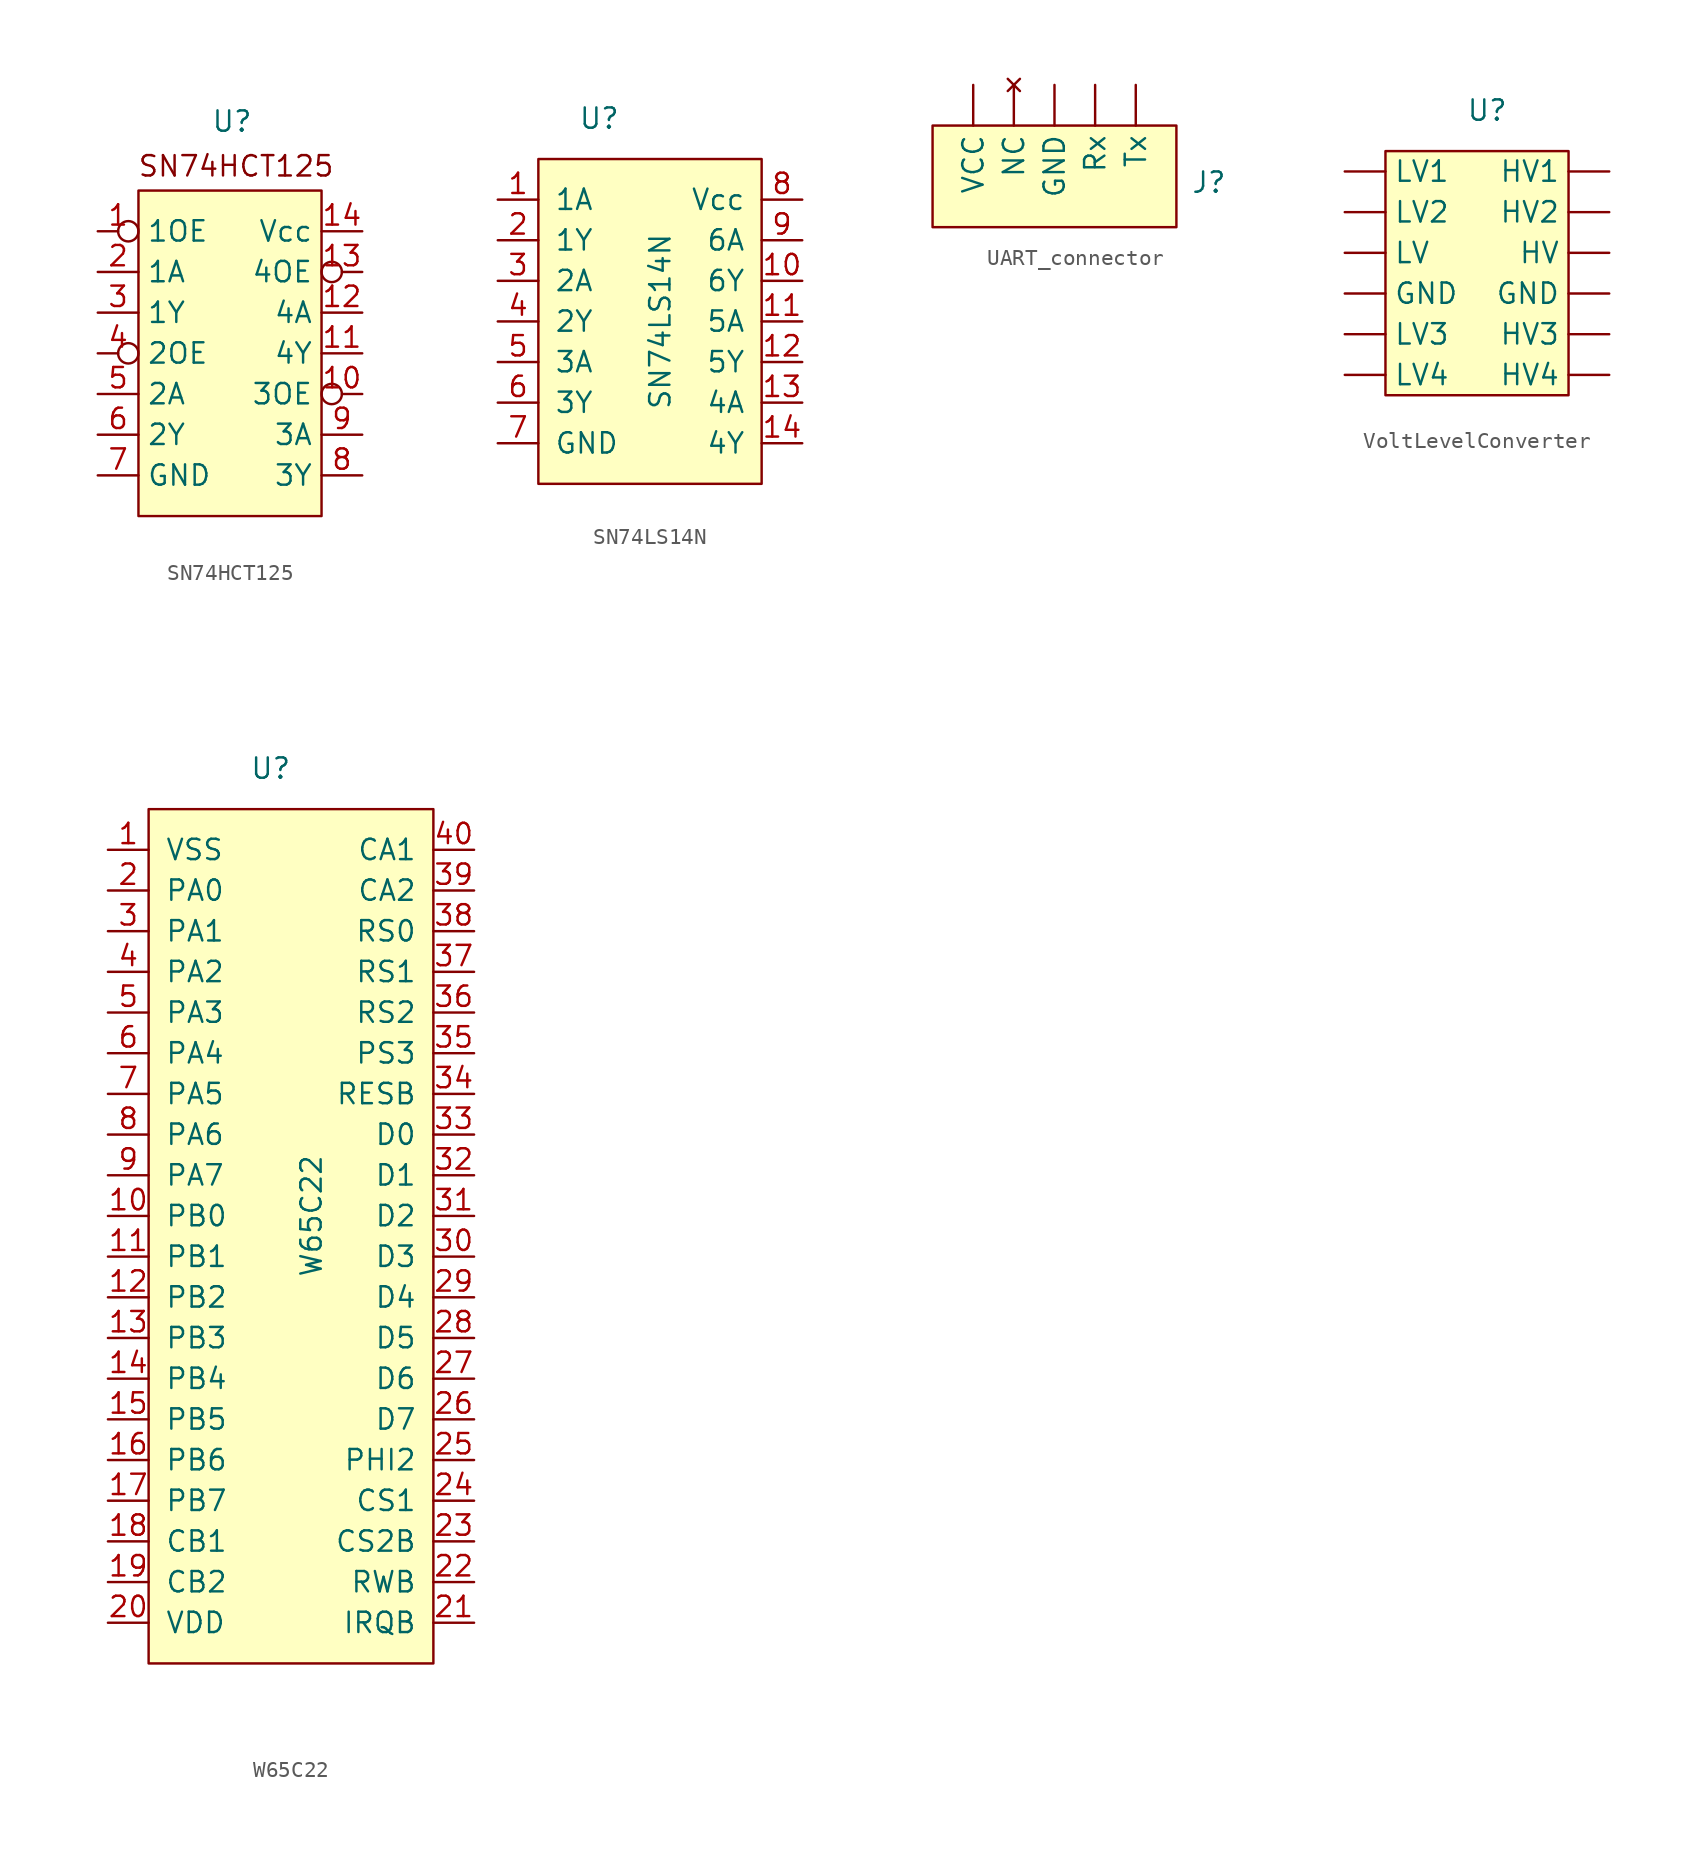
<source format=kicad_sym>
(kicad_symbol_lib
  (version 20241209)
  (generator "kicad_symbol_editor")
  (generator_version "9.0")
  (symbol "SN74HCT125"
    (property "Reference" "U"
      (at -0.508 14.478 0)
      (effects (font (size 1.27 1.27))))
    (property "Value" ""
      (at -1.27 11.43 0)
      (effects (font (size 1.27 1.27))))
    (symbol "SN74HCT125_0_1"
      (rectangle (start -6.35 10.16) (end 5.08 -10.16) (stroke (width 0) (type default)) (fill (type background))))
    (symbol "SN74HCT125_1_1"
      (text "SN74HCT125" (at -0.254 11.684 0) (effects (font (size 1.27 1.27))))
      (pin input inverted (at -8.89 7.62 0) (length 2.54) (name "1OE" (effects (font (size 1.27 1.27)))) (number "1" (effects (font (size 1.27 1.27)))))
      (pin input line (at -8.89 5.08 0) (length 2.54) (name "1A" (effects (font (size 1.27 1.27)))) (number "2" (effects (font (size 1.27 1.27)))))
      (pin tri_state line (at -8.89 2.54 0) (length 2.54) (name "1Y" (effects (font (size 1.27 1.27)))) (number "3" (effects (font (size 1.27 1.27)))))
      (pin input inverted (at -8.89 0 0) (length 2.54) (name "2OE" (effects (font (size 1.27 1.27)))) (number "4" (effects (font (size 1.27 1.27)))))
      (pin input line (at -8.89 -2.54 0) (length 2.54) (name "2A" (effects (font (size 1.27 1.27)))) (number "5" (effects (font (size 1.27 1.27)))))
      (pin tri_state line (at -8.89 -5.08 0) (length 2.54) (name "2Y" (effects (font (size 1.27 1.27)))) (number "6" (effects (font (size 1.27 1.27)))))
      (pin power_in line (at -8.89 -7.62 0) (length 2.54) (name "GND" (effects (font (size 1.27 1.27)))) (number "7" (effects (font (size 1.27 1.27)))))
      (pin power_in line (at 7.62 7.62 180) (length 2.54) (name "Vcc" (effects (font (size 1.27 1.27)))) (number "14" (effects (font (size 1.27 1.27)))))
      (pin input inverted (at 7.62 5.08 180) (length 2.54) (name "4OE" (effects (font (size 1.27 1.27)))) (number "13" (effects (font (size 1.27 1.27)))))
      (pin input line (at 7.62 2.54 180) (length 2.54) (name "4A" (effects (font (size 1.27 1.27)))) (number "12" (effects (font (size 1.27 1.27)))))
      (pin tri_state line (at 7.62 0 180) (length 2.54) (name "4Y" (effects (font (size 1.27 1.27)))) (number "11" (effects (font (size 1.27 1.27)))))
      (pin input inverted (at 7.62 -2.54 180) (length 2.54) (name "3OE" (effects (font (size 1.27 1.27)))) (number "10" (effects (font (size 1.27 1.27)))))
      (pin input line (at 7.62 -5.08 180) (length 2.54) (name "3A" (effects (font (size 1.27 1.27)))) (number "9" (effects (font (size 1.27 1.27)))))
      (pin tri_state line (at 7.62 -7.62 180) (length 2.54) (name "3Y" (effects (font (size 1.27 1.27)))) (number "8" (effects (font (size 1.27 1.27)))))))
  (symbol "SN74LS14N"
    (pin_names
      (offset 0.991))
    (property "Reference" "U"
      (at -3.81 12.7 0)
      (effects (font (size 1.27 1.27))))
    (property "Value" "SN74LS14N"
      (at 0 0 90)
      (effects (font (size 1.27 1.27))))
    (symbol "SN74LS14N_0_1"
      (rectangle (start 6.35 -10.16) (end -7.62 10.16) (stroke (width 0) (type solid)) (fill (type background))))
    (symbol "SN74LS14N_1_1"
      (pin input line (at -10.16 7.62 0) (length 2.54) (name "1A" (effects (font (size 1.27 1.27)))) (number "1" (effects (font (size 1.27 1.27)))))
      (pin output line (at -10.16 5.08 0) (length 2.54) (name "1Y" (effects (font (size 1.27 1.27)))) (number "2" (effects (font (size 1.27 1.27)))))
      (pin input line (at -10.16 2.54 0) (length 2.54) (name "2A" (effects (font (size 1.27 1.27)))) (number "3" (effects (font (size 1.27 1.27)))))
      (pin output line (at -10.16 0 0) (length 2.54) (name "2Y" (effects (font (size 1.27 1.27)))) (number "4" (effects (font (size 1.27 1.27)))))
      (pin input line (at -10.16 -2.54 0) (length 2.54) (name "3A" (effects (font (size 1.27 1.27)))) (number "5" (effects (font (size 1.27 1.27)))))
      (pin output line (at -10.16 -5.08 0) (length 2.54) (name "3Y" (effects (font (size 1.27 1.27)))) (number "6" (effects (font (size 1.27 1.27)))))
      (pin power_in line (at -10.16 -7.62 0) (length 2.54) (name "GND" (effects (font (size 1.27 1.27)))) (number "7" (effects (font (size 1.27 1.27)))))
      (pin power_in line (at 8.89 7.62 180) (length 2.54) (name "Vcc" (effects (font (size 1.27 1.27)))) (number "8" (effects (font (size 1.27 1.27)))))
      (pin input line (at 8.89 5.08 180) (length 2.54) (name "6A" (effects (font (size 1.27 1.27)))) (number "9" (effects (font (size 1.27 1.27)))))
      (pin output line (at 8.89 2.54 180) (length 2.54) (name "6Y" (effects (font (size 1.27 1.27)))) (number "10" (effects (font (size 1.27 1.27)))))
      (pin input line (at 8.89 0 180) (length 2.54) (name "5A" (effects (font (size 1.27 1.27)))) (number "11" (effects (font (size 1.27 1.27)))))
      (pin output line (at 8.89 -2.54 180) (length 2.54) (name "5Y" (effects (font (size 1.27 1.27)))) (number "12" (effects (font (size 1.27 1.27)))))
      (pin input line (at 8.89 -5.08 180) (length 2.54) (name "4A" (effects (font (size 1.27 1.27)))) (number "13" (effects (font (size 1.27 1.27)))))
      (pin output line (at 8.89 -7.62 180) (length 2.54) (name "4Y" (effects (font (size 1.27 1.27)))) (number "14" (effects (font (size 1.27 1.27)))))))
  (symbol "UART_connector"
    (property "Reference" "J"
      (at 5.842 -1.016 0)
      (effects (font (size 1.27 1.27))))
    (property "Value" ""
      (at 0 0 0)
      (effects (font (size 1.27 1.27))))
    (symbol "UART_connector_1_1"
      (rectangle (start -11.43 2.54) (end 3.81 -3.81) (stroke (width 0) (type default)) (fill (type background)))
      (pin power_in line (at -8.89 5.08 270) (length 2.54) (name "VCC" (effects (font (size 1.27 1.27)))) (number "" (effects (font (size 1.27 1.27)))))
      (pin no_connect line (at -6.35 5.08 270) (length 2.54) (name "NC" (effects (font (size 1.27 1.27)))) (number "" (effects (font (size 1.27 1.27)))))
      (pin power_in line (at -3.81 5.08 270) (length 2.54) (name "GND" (effects (font (size 1.27 1.27)))) (number "" (effects (font (size 1.27 1.27)))))
      (pin bidirectional line (at -1.27 5.08 270) (length 2.54) (name "Rx" (effects (font (size 1.27 1.27)))) (number "" (effects (font (size 1.27 1.27)))))
      (pin bidirectional line (at 1.27 5.08 270) (length 2.54) (name "Tx" (effects (font (size 1.27 1.27)))) (number "" (effects (font (size 1.27 1.27)))))))
  (symbol "VoltLevelConverter"
    (property "Reference" "U"
      (at 0 0 0)
      (effects (font (size 1.27 1.27))))
    (property "Value" ""
      (at 0 0 0)
      (effects (font (size 1.27 1.27))))
    (symbol "VoltLevelConverter_1_1"
      (rectangle (start -6.35 -2.54) (end 5.08 -17.78) (stroke (width 0) (type default)) (fill (type background)))
      (pin bidirectional line (at -8.89 -3.81 0) (length 2.54) (name "LV1" (effects (font (size 1.27 1.27)))) (number "" (effects (font (size 1.27 1.27)))))
      (pin bidirectional line (at -8.89 -6.35 0) (length 2.54) (name "LV2" (effects (font (size 1.27 1.27)))) (number "" (effects (font (size 1.27 1.27)))))
      (pin power_in line (at -8.89 -8.89 0) (length 2.54) (name "LV" (effects (font (size 1.27 1.27)))) (number "" (effects (font (size 1.27 1.27)))))
      (pin power_in line (at -8.89 -11.43 0) (length 2.54) (name "GND" (effects (font (size 1.27 1.27)))) (number "" (effects (font (size 1.27 1.27)))))
      (pin bidirectional line (at -8.89 -13.97 0) (length 2.54) (name "LV3" (effects (font (size 1.27 1.27)))) (number "" (effects (font (size 1.27 1.27)))))
      (pin bidirectional line (at -8.89 -16.51 0) (length 2.54) (name "LV4" (effects (font (size 1.27 1.27)))) (number "" (effects (font (size 1.27 1.27)))))
      (pin bidirectional line (at 7.62 -3.81 180) (length 2.54) (name "HV1" (effects (font (size 1.27 1.27)))) (number "" (effects (font (size 1.27 1.27)))))
      (pin bidirectional line (at 7.62 -6.35 180) (length 2.54) (name "HV2" (effects (font (size 1.27 1.27)))) (number "" (effects (font (size 1.27 1.27)))))
      (pin power_in line (at 7.62 -8.89 180) (length 2.54) (name "HV" (effects (font (size 1.27 1.27)))) (number "" (effects (font (size 1.27 1.27)))))
      (pin power_in line (at 7.62 -11.43 180) (length 2.54) (name "GND" (effects (font (size 1.27 1.27)))) (number "" (effects (font (size 1.27 1.27)))))
      (pin bidirectional line (at 7.62 -13.97 180) (length 2.54) (name "HV3" (effects (font (size 1.27 1.27)))) (number "" (effects (font (size 1.27 1.27)))))
      (pin bidirectional line (at 7.62 -16.51 180) (length 2.54) (name "HV4" (effects (font (size 1.27 1.27)))) (number "" (effects (font (size 1.27 1.27)))))))
  (symbol "W65C22"
    (pin_names
      (offset 1.016))
    (property "Reference" "U"
      (at -2.54 26.67 0)
      (effects (font (size 1.27 1.27))))
    (property "Value" "W65C22"
      (at 0 -1.27 90)
      (effects (font (size 1.27 1.27))))
    (symbol "W65C22_0_1"
      (rectangle (start -10.16 24.13) (end 7.62 -29.21) (stroke (width 0) (type solid)) (fill (type background))))
    (symbol "W65C22_1_1"
      (pin power_in line (at -12.7 21.59 0) (length 2.54) (name "VSS" (effects (font (size 1.27 1.27)))) (number "1" (effects (font (size 1.27 1.27)))))
      (pin bidirectional line (at -12.7 19.05 0) (length 2.54) (name "PA0" (effects (font (size 1.27 1.27)))) (number "2" (effects (font (size 1.27 1.27)))))
      (pin bidirectional line (at -12.7 16.51 0) (length 2.54) (name "PA1" (effects (font (size 1.27 1.27)))) (number "3" (effects (font (size 1.27 1.27)))))
      (pin bidirectional line (at -12.7 13.97 0) (length 2.54) (name "PA2" (effects (font (size 1.27 1.27)))) (number "4" (effects (font (size 1.27 1.27)))))
      (pin bidirectional line (at -12.7 11.43 0) (length 2.54) (name "PA3" (effects (font (size 1.27 1.27)))) (number "5" (effects (font (size 1.27 1.27)))))
      (pin bidirectional line (at -12.7 8.89 0) (length 2.54) (name "PA4" (effects (font (size 1.27 1.27)))) (number "6" (effects (font (size 1.27 1.27)))))
      (pin bidirectional line (at -12.7 6.35 0) (length 2.54) (name "PA5" (effects (font (size 1.27 1.27)))) (number "7" (effects (font (size 1.27 1.27)))))
      (pin bidirectional line (at -12.7 3.81 0) (length 2.54) (name "PA6" (effects (font (size 1.27 1.27)))) (number "8" (effects (font (size 1.27 1.27)))))
      (pin bidirectional line (at -12.7 1.27 0) (length 2.54) (name "PA7" (effects (font (size 1.27 1.27)))) (number "9" (effects (font (size 1.27 1.27)))))
      (pin bidirectional line (at -12.7 -1.27 0) (length 2.54) (name "PB0" (effects (font (size 1.27 1.27)))) (number "10" (effects (font (size 1.27 1.27)))))
      (pin bidirectional line (at -12.7 -3.81 0) (length 2.54) (name "PB1" (effects (font (size 1.27 1.27)))) (number "11" (effects (font (size 1.27 1.27)))))
      (pin bidirectional line (at -12.7 -6.35 0) (length 2.54) (name "PB2" (effects (font (size 1.27 1.27)))) (number "12" (effects (font (size 1.27 1.27)))))
      (pin bidirectional line (at -12.7 -8.89 0) (length 2.54) (name "PB3" (effects (font (size 1.27 1.27)))) (number "13" (effects (font (size 1.27 1.27)))))
      (pin bidirectional line (at -12.7 -11.43 0) (length 2.54) (name "PB4" (effects (font (size 1.27 1.27)))) (number "14" (effects (font (size 1.27 1.27)))))
      (pin bidirectional line (at -12.7 -13.97 0) (length 2.54) (name "PB5" (effects (font (size 1.27 1.27)))) (number "15" (effects (font (size 1.27 1.27)))))
      (pin bidirectional line (at -12.7 -16.51 0) (length 2.54) (name "PB6" (effects (font (size 1.27 1.27)))) (number "16" (effects (font (size 1.27 1.27)))))
      (pin bidirectional line (at -12.7 -19.05 0) (length 2.54) (name "PB7" (effects (font (size 1.27 1.27)))) (number "17" (effects (font (size 1.27 1.27)))))
      (pin bidirectional line (at -12.7 -21.59 0) (length 2.54) (name "CB1" (effects (font (size 1.27 1.27)))) (number "18" (effects (font (size 1.27 1.27)))))
      (pin bidirectional line (at -12.7 -24.13 0) (length 2.54) (name "CB2" (effects (font (size 1.27 1.27)))) (number "19" (effects (font (size 1.27 1.27)))))
      (pin power_in line (at -12.7 -26.67 0) (length 2.54) (name "VDD" (effects (font (size 1.27 1.27)))) (number "20" (effects (font (size 1.27 1.27)))))
      (pin bidirectional line (at 10.16 21.59 180) (length 2.54) (name "CA1" (effects (font (size 1.27 1.27)))) (number "40" (effects (font (size 1.27 1.27)))))
      (pin bidirectional line (at 10.16 19.05 180) (length 2.54) (name "CA2" (effects (font (size 1.27 1.27)))) (number "39" (effects (font (size 1.27 1.27)))))
      (pin input line (at 10.16 16.51 180) (length 2.54) (name "RS0" (effects (font (size 1.27 1.27)))) (number "38" (effects (font (size 1.27 1.27)))))
      (pin input line (at 10.16 13.97 180) (length 2.54) (name "RS1" (effects (font (size 1.27 1.27)))) (number "37" (effects (font (size 1.27 1.27)))))
      (pin input line (at 10.16 11.43 180) (length 2.54) (name "RS2" (effects (font (size 1.27 1.27)))) (number "36" (effects (font (size 1.27 1.27)))))
      (pin input line (at 10.16 8.89 180) (length 2.54) (name "PS3" (effects (font (size 1.27 1.27)))) (number "35" (effects (font (size 1.27 1.27)))))
      (pin input line (at 10.16 6.35 180) (length 2.54) (name "RESB" (effects (font (size 1.27 1.27)))) (number "34" (effects (font (size 1.27 1.27)))))
      (pin bidirectional line (at 10.16 3.81 180) (length 2.54) (name "D0" (effects (font (size 1.27 1.27)))) (number "33" (effects (font (size 1.27 1.27)))))
      (pin bidirectional line (at 10.16 1.27 180) (length 2.54) (name "D1" (effects (font (size 1.27 1.27)))) (number "32" (effects (font (size 1.27 1.27)))))
      (pin bidirectional line (at 10.16 -1.27 180) (length 2.54) (name "D2" (effects (font (size 1.27 1.27)))) (number "31" (effects (font (size 1.27 1.27)))))
      (pin bidirectional line (at 10.16 -3.81 180) (length 2.54) (name "D3" (effects (font (size 1.27 1.27)))) (number "30" (effects (font (size 1.27 1.27)))))
      (pin bidirectional line (at 10.16 -6.35 180) (length 2.54) (name "D4" (effects (font (size 1.27 1.27)))) (number "29" (effects (font (size 1.27 1.27)))))
      (pin bidirectional line (at 10.16 -8.89 180) (length 2.54) (name "D5" (effects (font (size 1.27 1.27)))) (number "28" (effects (font (size 1.27 1.27)))))
      (pin bidirectional line (at 10.16 -11.43 180) (length 2.54) (name "D6" (effects (font (size 1.27 1.27)))) (number "27" (effects (font (size 1.27 1.27)))))
      (pin bidirectional line (at 10.16 -13.97 180) (length 2.54) (name "D7" (effects (font (size 1.27 1.27)))) (number "26" (effects (font (size 1.27 1.27)))))
      (pin bidirectional line (at 10.16 -16.51 180) (length 2.54) (name "PHI2" (effects (font (size 1.27 1.27)))) (number "25" (effects (font (size 1.27 1.27)))))
      (pin input line (at 10.16 -19.05 180) (length 2.54) (name "CS1" (effects (font (size 1.27 1.27)))) (number "24" (effects (font (size 1.27 1.27)))))
      (pin input line (at 10.16 -21.59 180) (length 2.54) (name "CS2B" (effects (font (size 1.27 1.27)))) (number "23" (effects (font (size 1.27 1.27)))))
      (pin input line (at 10.16 -24.13 180) (length 2.54) (name "RWB" (effects (font (size 1.27 1.27)))) (number "22" (effects (font (size 1.27 1.27)))))
      (pin output line (at 10.16 -26.67 180) (length 2.54) (name "IRQB" (effects (font (size 1.27 1.27)))) (number "21" (effects (font (size 1.27 1.27))))))))
</source>
